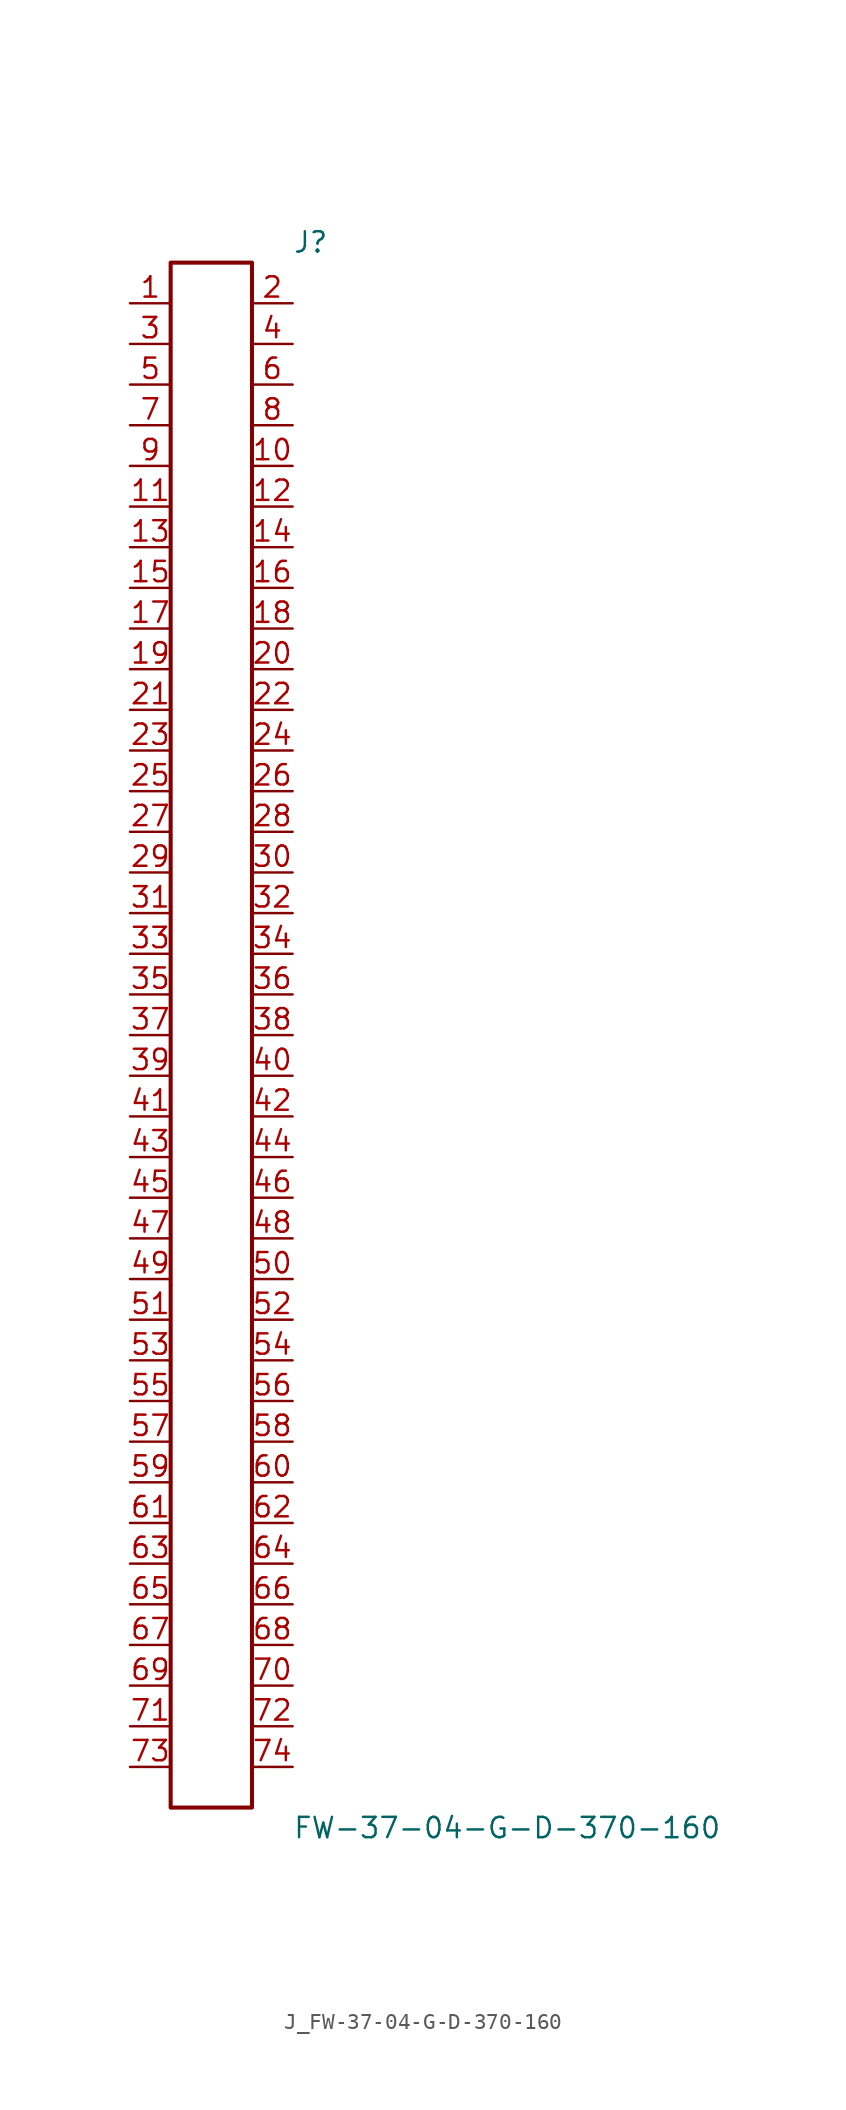
<source format=kicad_sym>
(kicad_symbol_lib
  (version 20231120)
  (generator kicad_symbol_editor)
  (generator_version 8.0)
  (symbol "J_FW-37-04-G-D-370-160"
    (pin_names
      (offset 0.254))
    (property "Reference" "J"
      (at 5.08 49.53 0)
      (effects (font (size 1.27 1.27)) (justify left)))
    (property "Value" "FW-37-04-G-D-370-160"
      (at 5.08 -49.53 0)
      (effects (font (size 1.27 1.27)) (justify left)))
    (symbol "J_FW-37-04-G-D-370-160_0_0"
      (pin unspecified line (at -5.08 45.72 0) (length 2.54) (name "" (effects (font (size 1.27 1.27)))) (number "1" (effects (font (size 1.27 1.27)))))
      (pin unspecified line (at 5.08 45.72 180) (length 2.54) (name "" (effects (font (size 1.27 1.27)))) (number "2" (effects (font (size 1.27 1.27)))))
      (pin unspecified line (at -5.08 43.18 0) (length 2.54) (name "" (effects (font (size 1.27 1.27)))) (number "3" (effects (font (size 1.27 1.27)))))
      (pin unspecified line (at 5.08 43.18 180) (length 2.54) (name "" (effects (font (size 1.27 1.27)))) (number "4" (effects (font (size 1.27 1.27)))))
      (pin unspecified line (at -5.08 40.64 0) (length 2.54) (name "" (effects (font (size 1.27 1.27)))) (number "5" (effects (font (size 1.27 1.27)))))
      (pin unspecified line (at 5.08 40.64 180) (length 2.54) (name "" (effects (font (size 1.27 1.27)))) (number "6" (effects (font (size 1.27 1.27)))))
      (pin unspecified line (at -5.08 38.1 0) (length 2.54) (name "" (effects (font (size 1.27 1.27)))) (number "7" (effects (font (size 1.27 1.27)))))
      (pin unspecified line (at 5.08 38.1 180) (length 2.54) (name "" (effects (font (size 1.27 1.27)))) (number "8" (effects (font (size 1.27 1.27)))))
      (pin unspecified line (at -5.08 35.56 0) (length 2.54) (name "" (effects (font (size 1.27 1.27)))) (number "9" (effects (font (size 1.27 1.27)))))
      (pin unspecified line (at 5.08 35.56 180) (length 2.54) (name "" (effects (font (size 1.27 1.27)))) (number "10" (effects (font (size 1.27 1.27)))))
      (pin unspecified line (at -5.08 33.02 0) (length 2.54) (name "" (effects (font (size 1.27 1.27)))) (number "11" (effects (font (size 1.27 1.27)))))
      (pin unspecified line (at 5.08 33.02 180) (length 2.54) (name "" (effects (font (size 1.27 1.27)))) (number "12" (effects (font (size 1.27 1.27)))))
      (pin unspecified line (at -5.08 30.48 0) (length 2.54) (name "" (effects (font (size 1.27 1.27)))) (number "13" (effects (font (size 1.27 1.27)))))
      (pin unspecified line (at 5.08 30.48 180) (length 2.54) (name "" (effects (font (size 1.27 1.27)))) (number "14" (effects (font (size 1.27 1.27)))))
      (pin unspecified line (at -5.08 27.94 0) (length 2.54) (name "" (effects (font (size 1.27 1.27)))) (number "15" (effects (font (size 1.27 1.27)))))
      (pin unspecified line (at 5.08 27.94 180) (length 2.54) (name "" (effects (font (size 1.27 1.27)))) (number "16" (effects (font (size 1.27 1.27)))))
      (pin unspecified line (at -5.08 25.4 0) (length 2.54) (name "" (effects (font (size 1.27 1.27)))) (number "17" (effects (font (size 1.27 1.27)))))
      (pin unspecified line (at 5.08 25.4 180) (length 2.54) (name "" (effects (font (size 1.27 1.27)))) (number "18" (effects (font (size 1.27 1.27)))))
      (pin unspecified line (at -5.08 22.86 0) (length 2.54) (name "" (effects (font (size 1.27 1.27)))) (number "19" (effects (font (size 1.27 1.27)))))
      (pin unspecified line (at 5.08 22.86 180) (length 2.54) (name "" (effects (font (size 1.27 1.27)))) (number "20" (effects (font (size 1.27 1.27)))))
      (pin unspecified line (at -5.08 20.32 0) (length 2.54) (name "" (effects (font (size 1.27 1.27)))) (number "21" (effects (font (size 1.27 1.27)))))
      (pin unspecified line (at 5.08 20.32 180) (length 2.54) (name "" (effects (font (size 1.27 1.27)))) (number "22" (effects (font (size 1.27 1.27)))))
      (pin unspecified line (at -5.08 17.78 0) (length 2.54) (name "" (effects (font (size 1.27 1.27)))) (number "23" (effects (font (size 1.27 1.27)))))
      (pin unspecified line (at 5.08 17.78 180) (length 2.54) (name "" (effects (font (size 1.27 1.27)))) (number "24" (effects (font (size 1.27 1.27)))))
      (pin unspecified line (at -5.08 15.24 0) (length 2.54) (name "" (effects (font (size 1.27 1.27)))) (number "25" (effects (font (size 1.27 1.27)))))
      (pin unspecified line (at 5.08 15.24 180) (length 2.54) (name "" (effects (font (size 1.27 1.27)))) (number "26" (effects (font (size 1.27 1.27)))))
      (pin unspecified line (at -5.08 12.7 0) (length 2.54) (name "" (effects (font (size 1.27 1.27)))) (number "27" (effects (font (size 1.27 1.27)))))
      (pin unspecified line (at 5.08 12.7 180) (length 2.54) (name "" (effects (font (size 1.27 1.27)))) (number "28" (effects (font (size 1.27 1.27)))))
      (pin unspecified line (at -5.08 10.16 0) (length 2.54) (name "" (effects (font (size 1.27 1.27)))) (number "29" (effects (font (size 1.27 1.27)))))
      (pin unspecified line (at 5.08 10.16 180) (length 2.54) (name "" (effects (font (size 1.27 1.27)))) (number "30" (effects (font (size 1.27 1.27)))))
      (pin unspecified line (at -5.08 7.62 0) (length 2.54) (name "" (effects (font (size 1.27 1.27)))) (number "31" (effects (font (size 1.27 1.27)))))
      (pin unspecified line (at 5.08 7.62 180) (length 2.54) (name "" (effects (font (size 1.27 1.27)))) (number "32" (effects (font (size 1.27 1.27)))))
      (pin unspecified line (at -5.08 5.08 0) (length 2.54) (name "" (effects (font (size 1.27 1.27)))) (number "33" (effects (font (size 1.27 1.27)))))
      (pin unspecified line (at 5.08 5.08 180) (length 2.54) (name "" (effects (font (size 1.27 1.27)))) (number "34" (effects (font (size 1.27 1.27)))))
      (pin unspecified line (at -5.08 2.54 0) (length 2.54) (name "" (effects (font (size 1.27 1.27)))) (number "35" (effects (font (size 1.27 1.27)))))
      (pin unspecified line (at 5.08 2.54 180) (length 2.54) (name "" (effects (font (size 1.27 1.27)))) (number "36" (effects (font (size 1.27 1.27)))))
      (pin unspecified line (at -5.08 0.0 0) (length 2.54) (name "" (effects (font (size 1.27 1.27)))) (number "37" (effects (font (size 1.27 1.27)))))
      (pin unspecified line (at 5.08 0.0 180) (length 2.54) (name "" (effects (font (size 1.27 1.27)))) (number "38" (effects (font (size 1.27 1.27)))))
      (pin unspecified line (at -5.08 -2.54 0) (length 2.54) (name "" (effects (font (size 1.27 1.27)))) (number "39" (effects (font (size 1.27 1.27)))))
      (pin unspecified line (at 5.08 -2.54 180) (length 2.54) (name "" (effects (font (size 1.27 1.27)))) (number "40" (effects (font (size 1.27 1.27)))))
      (pin unspecified line (at -5.08 -5.08 0) (length 2.54) (name "" (effects (font (size 1.27 1.27)))) (number "41" (effects (font (size 1.27 1.27)))))
      (pin unspecified line (at 5.08 -5.08 180) (length 2.54) (name "" (effects (font (size 1.27 1.27)))) (number "42" (effects (font (size 1.27 1.27)))))
      (pin unspecified line (at -5.08 -7.62 0) (length 2.54) (name "" (effects (font (size 1.27 1.27)))) (number "43" (effects (font (size 1.27 1.27)))))
      (pin unspecified line (at 5.08 -7.62 180) (length 2.54) (name "" (effects (font (size 1.27 1.27)))) (number "44" (effects (font (size 1.27 1.27)))))
      (pin unspecified line (at -5.08 -10.16 0) (length 2.54) (name "" (effects (font (size 1.27 1.27)))) (number "45" (effects (font (size 1.27 1.27)))))
      (pin unspecified line (at 5.08 -10.16 180) (length 2.54) (name "" (effects (font (size 1.27 1.27)))) (number "46" (effects (font (size 1.27 1.27)))))
      (pin unspecified line (at -5.08 -12.7 0) (length 2.54) (name "" (effects (font (size 1.27 1.27)))) (number "47" (effects (font (size 1.27 1.27)))))
      (pin unspecified line (at 5.08 -12.7 180) (length 2.54) (name "" (effects (font (size 1.27 1.27)))) (number "48" (effects (font (size 1.27 1.27)))))
      (pin unspecified line (at -5.08 -15.24 0) (length 2.54) (name "" (effects (font (size 1.27 1.27)))) (number "49" (effects (font (size 1.27 1.27)))))
      (pin unspecified line (at 5.08 -15.24 180) (length 2.54) (name "" (effects (font (size 1.27 1.27)))) (number "50" (effects (font (size 1.27 1.27)))))
      (pin unspecified line (at -5.08 -17.78 0) (length 2.54) (name "" (effects (font (size 1.27 1.27)))) (number "51" (effects (font (size 1.27 1.27)))))
      (pin unspecified line (at 5.08 -17.78 180) (length 2.54) (name "" (effects (font (size 1.27 1.27)))) (number "52" (effects (font (size 1.27 1.27)))))
      (pin unspecified line (at -5.08 -20.32 0) (length 2.54) (name "" (effects (font (size 1.27 1.27)))) (number "53" (effects (font (size 1.27 1.27)))))
      (pin unspecified line (at 5.08 -20.32 180) (length 2.54) (name "" (effects (font (size 1.27 1.27)))) (number "54" (effects (font (size 1.27 1.27)))))
      (pin unspecified line (at -5.08 -22.86 0) (length 2.54) (name "" (effects (font (size 1.27 1.27)))) (number "55" (effects (font (size 1.27 1.27)))))
      (pin unspecified line (at 5.08 -22.86 180) (length 2.54) (name "" (effects (font (size 1.27 1.27)))) (number "56" (effects (font (size 1.27 1.27)))))
      (pin unspecified line (at -5.08 -25.4 0) (length 2.54) (name "" (effects (font (size 1.27 1.27)))) (number "57" (effects (font (size 1.27 1.27)))))
      (pin unspecified line (at 5.08 -25.4 180) (length 2.54) (name "" (effects (font (size 1.27 1.27)))) (number "58" (effects (font (size 1.27 1.27)))))
      (pin unspecified line (at -5.08 -27.94 0) (length 2.54) (name "" (effects (font (size 1.27 1.27)))) (number "59" (effects (font (size 1.27 1.27)))))
      (pin unspecified line (at 5.08 -27.94 180) (length 2.54) (name "" (effects (font (size 1.27 1.27)))) (number "60" (effects (font (size 1.27 1.27)))))
      (pin unspecified line (at -5.08 -30.48 0) (length 2.54) (name "" (effects (font (size 1.27 1.27)))) (number "61" (effects (font (size 1.27 1.27)))))
      (pin unspecified line (at 5.08 -30.48 180) (length 2.54) (name "" (effects (font (size 1.27 1.27)))) (number "62" (effects (font (size 1.27 1.27)))))
      (pin unspecified line (at -5.08 -33.02 0) (length 2.54) (name "" (effects (font (size 1.27 1.27)))) (number "63" (effects (font (size 1.27 1.27)))))
      (pin unspecified line (at 5.08 -33.02 180) (length 2.54) (name "" (effects (font (size 1.27 1.27)))) (number "64" (effects (font (size 1.27 1.27)))))
      (pin unspecified line (at -5.08 -35.56 0) (length 2.54) (name "" (effects (font (size 1.27 1.27)))) (number "65" (effects (font (size 1.27 1.27)))))
      (pin unspecified line (at 5.08 -35.56 180) (length 2.54) (name "" (effects (font (size 1.27 1.27)))) (number "66" (effects (font (size 1.27 1.27)))))
      (pin unspecified line (at -5.08 -38.1 0) (length 2.54) (name "" (effects (font (size 1.27 1.27)))) (number "67" (effects (font (size 1.27 1.27)))))
      (pin unspecified line (at 5.08 -38.1 180) (length 2.54) (name "" (effects (font (size 1.27 1.27)))) (number "68" (effects (font (size 1.27 1.27)))))
      (pin unspecified line (at -5.08 -40.64 0) (length 2.54) (name "" (effects (font (size 1.27 1.27)))) (number "69" (effects (font (size 1.27 1.27)))))
      (pin unspecified line (at 5.08 -40.64 180) (length 2.54) (name "" (effects (font (size 1.27 1.27)))) (number "70" (effects (font (size 1.27 1.27)))))
      (pin unspecified line (at -5.08 -43.18 0) (length 2.54) (name "" (effects (font (size 1.27 1.27)))) (number "71" (effects (font (size 1.27 1.27)))))
      (pin unspecified line (at 5.08 -43.18 180) (length 2.54) (name "" (effects (font (size 1.27 1.27)))) (number "72" (effects (font (size 1.27 1.27)))))
      (pin unspecified line (at -5.08 -45.72 0) (length 2.54) (name "" (effects (font (size 1.27 1.27)))) (number "73" (effects (font (size 1.27 1.27)))))
      (pin unspecified line (at 5.08 -45.72 180) (length 2.54) (name "" (effects (font (size 1.27 1.27)))) (number "74" (effects (font (size 1.27 1.27))))))
    (symbol "J_FW-37-04-G-D-370-160_1_0"
      (rectangle (start -2.54 48.26) (end 2.54 -48.26) (stroke (width 0.254) (type solid)) (fill (type none))))))
</source>
